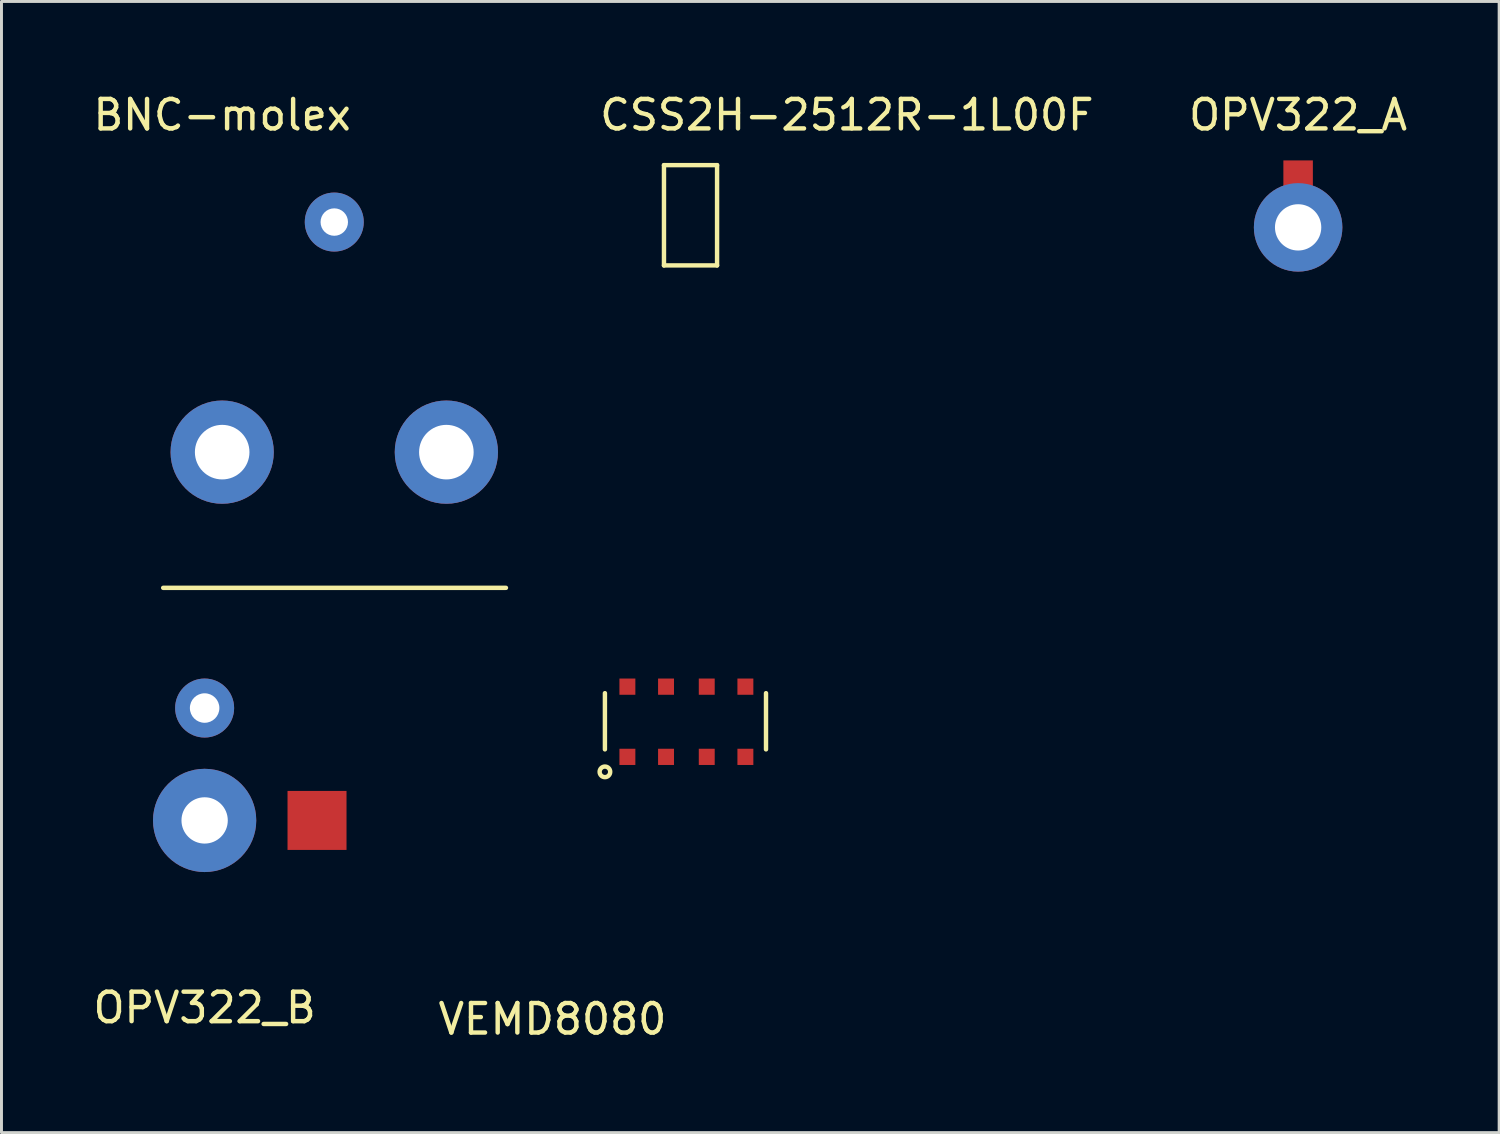
<source format=kicad_pcb>
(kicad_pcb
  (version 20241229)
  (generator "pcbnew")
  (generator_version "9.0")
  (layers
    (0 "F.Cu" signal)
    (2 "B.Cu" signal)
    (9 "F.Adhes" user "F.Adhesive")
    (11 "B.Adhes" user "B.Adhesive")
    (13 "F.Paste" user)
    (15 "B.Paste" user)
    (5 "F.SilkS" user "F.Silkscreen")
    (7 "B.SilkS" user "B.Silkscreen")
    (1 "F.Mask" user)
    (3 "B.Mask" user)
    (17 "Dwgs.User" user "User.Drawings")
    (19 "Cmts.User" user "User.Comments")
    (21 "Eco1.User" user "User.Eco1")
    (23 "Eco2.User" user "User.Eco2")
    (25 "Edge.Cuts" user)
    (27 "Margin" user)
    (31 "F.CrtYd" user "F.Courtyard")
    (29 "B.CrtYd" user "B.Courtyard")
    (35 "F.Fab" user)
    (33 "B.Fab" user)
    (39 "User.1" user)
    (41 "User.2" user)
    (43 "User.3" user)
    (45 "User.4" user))
  (footprint "OPV322_B"
    (layer "F.Cu")
    (at 3.887 24.763)
    (property "Reference" "OPV322_B" (at 0 6.35 0) (layer "F.SilkS") (effects (font (size 1 1) (thickness 0.15))))
    (attr through_hole)
    (pad "1" thru_hole circle (at 0 0) (size 3.5 3.5) (drill 1.57) (layers "*.Cu" "*.Mask"))
    (pad "2" thru_hole circle (at 0 -3.81) (size 2 2) (drill 1) (layers "*.Cu" "*.Mask"))
    (pad "2" smd rect (at 3.81 0) (size 2 2) (layers "F.Cu" "F.Mask" "F.Paste")))
  (footprint "OPV322_A"
    (layer "F.Cu")
    (at 40.957 4.658)
    (property "Reference" "OPV322_A" (at 0 -3.81 0) (layer "F.SilkS") (effects (font (size 1 1) (thickness 0.15))))
    (attr through_hole)
    (pad "1" thru_hole circle (at 0 0) (size 3 3) (drill 1.57) (layers "*.Mask" "B.Cu"))
    (pad "2" smd rect (at 0 -1.27) (size 1 2) (layers "F.Cu" "F.Mask" "F.Paste")))
  (footprint "CSS2H-2512R-1L00F"
    (layer "F.Cu")
    (at 25.659 0.348)
    (property "Reference" "CSS2H-2512R-1L00F" (at 0 0.5 0) (layer "F.SilkS") (effects (font (size 1 1) (thickness 0.15))))
    (attr through_hole)
    (fp_line (start -6.2 2.2) (end -4.4 2.2) (stroke (width 0.15) (type solid)) (layer "F.SilkS"))
    (fp_line (start -6.2 5.6) (end -6.2 2.2) (stroke (width 0.15) (type solid)) (layer "F.SilkS"))
    (fp_line (start -4.4 2.2) (end -4.4 5.6) (stroke (width 0.15) (type solid)) (layer "F.SilkS"))
    (fp_line (start -4.4 5.6) (end -6.2 5.6) (stroke (width 0.15) (type solid)) (layer "F.SilkS")))
  (footprint "BNC-molex"
    (layer "F.Cu")
    (at 4.482 12.278)
    (property "Reference" "BNC-molex" (at 0 -11.43 0) (layer "F.SilkS") (effects (font (size 1 1) (thickness 0.15))))
    (attr through_hole)
    (fp_line (start -2 4.6) (end 9.62 4.6) (stroke (width 0.15) (type solid)) (layer "F.SilkS"))
    (pad "1" thru_hole circle (at 3.8 -7.8) (size 2 2) (drill 0.93) (layers "*.Cu" "*.Mask"))
    (pad "2" thru_hole circle (at 0 0) (size 3.5 3.5) (drill 1.85) (layers "*.Cu" "*.Mask"))
    (pad "2" thru_hole circle (at 7.6 0) (size 3.5 3.5) (drill 1.85) (layers "*.Cu" "*.Mask")))
  (footprint "VEMD8080"
    (layer "F.Cu")
    (at 18.219 22.608)
    (property "Reference" "VEMD8080" (at -2.54 8.89 0) (layer "F.SilkS") (effects (font (size 1 1) (thickness 0.15))))
    (attr through_hole)
    (fp_line (start -0.762 -2.159) (end -0.762 -0.254) (stroke (width 0.15) (type solid)) (layer "F.SilkS"))
    (fp_line (start 4.699 -2.159) (end 4.699 -0.254) (stroke (width 0.15) (type solid)) (layer "F.SilkS"))
    (fp_circle (center -0.762 0.508) (end -0.635 0.381) (stroke (width 0.15) (type solid)) (fill no) (layer "F.SilkS"))
    (pad "1" smd rect (at 0 -2.38) (size 0.54 0.55) (layers "F.Cu" "F.Mask" "F.Paste"))
    (pad "1" smd rect (at 0 0) (size 0.54 0.55) (layers "F.Cu" "F.Mask" "F.Paste"))
    (pad "1" smd rect (at 1.31 -2.38) (size 0.54 0.55) (layers "F.Cu" "F.Mask" "F.Paste"))
    (pad "1" smd rect (at 1.31 0) (size 0.54 0.55) (layers "F.Cu" "F.Mask" "F.Paste"))
    (pad "1" smd rect (at 2.69 -2.38) (size 0.54 0.55) (layers "F.Cu" "F.Mask" "F.Paste"))
    (pad "1" smd rect (at 2.69 0) (size 0.54 0.55) (layers "F.Cu" "F.Mask" "F.Paste"))
    (pad "1" smd rect (at 4 0) (size 0.54 0.55) (layers "F.Cu" "F.Mask" "F.Paste"))
    (pad "2" smd rect (at 4 -2.38) (size 0.54 0.55) (layers "F.Cu" "F.Mask" "F.Paste")))
  (gr_rect
    (start -3 -3)
    (end 47.772 35.346)
    (stroke (width 0.1) (type default))
    (fill no)
    (layer "Edge.Cuts")))
</source>
